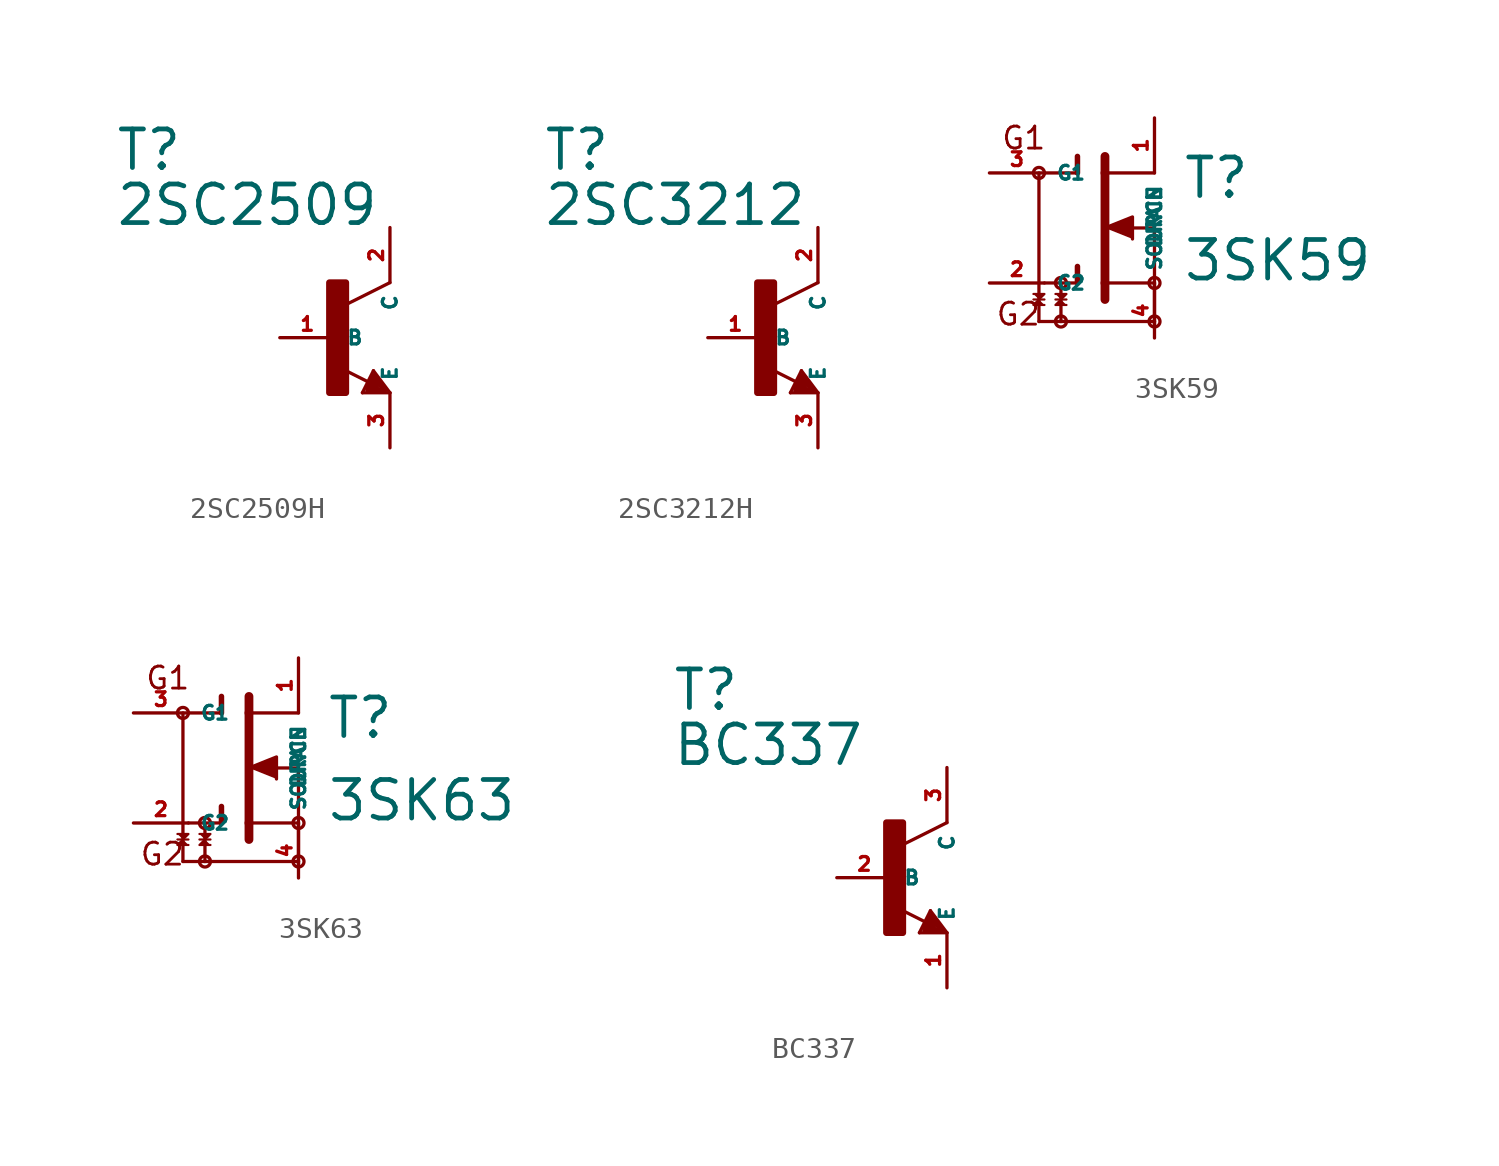
<source format=kicad_sym>
(kicad_symbol_lib
  (version 20220914)
  (generator Eagle2Kicad)
  (symbol "2SC2509H"
    (property "Reference" "T"
      (at -10.16 7.62 0)
      (effects (font (size 1.778 1.778) (thickness 0.22)) (justify left bottom)))
    (property "Value" "2SC2509"
      (at -10.16 5.08 0)
      (effects (font (size 1.778 1.778) (thickness 0.22)) (justify left bottom)))
    (polyline
      (pts (xy 2.54 2.54) (xy 0.508 1.524))
      (stroke (width 0.152) (type default))
      (fill (type none)))
    (polyline
      (pts (xy 1.778 -1.524) (xy 2.54 -2.54))
      (stroke (width 0.152) (type default))
      (fill (type none)))
    (polyline
      (pts (xy 2.54 -2.54) (xy 1.27 -2.54))
      (stroke (width 0.152) (type default))
      (fill (type none)))
    (polyline
      (pts (xy 1.27 -2.54) (xy 1.778 -1.524))
      (stroke (width 0.152) (type default))
      (fill (type none)))
    (polyline
      (pts (xy 1.54 -2.04) (xy 0.308 -1.424))
      (stroke (width 0.152) (type default))
      (fill (type none)))
    (polyline
      (pts (xy 1.524 -2.413) (xy 2.286 -2.413))
      (stroke (width 0.254) (type default))
      (fill (type none)))
    (polyline
      (pts (xy 2.286 -2.413) (xy 1.778 -1.778))
      (stroke (width 0.254) (type default))
      (fill (type none)))
    (polyline
      (pts (xy 1.778 -1.778) (xy 1.524 -2.286))
      (stroke (width 0.254) (type default))
      (fill (type none)))
    (polyline
      (pts (xy 1.524 -2.286) (xy 1.905 -2.286))
      (stroke (width 0.254) (type default))
      (fill (type none)))
    (polyline
      (pts (xy 1.905 -2.286) (xy 1.778 -2.032))
      (stroke (width 0.254) (type default))
      (fill (type none)))
    (rectangle
      (start -0.254 -2.54)
      (end 0.508 2.54)
      (stroke (width 0.3) (type default))
      (fill (type outline)))
    (pin passive line
      (at -2.54 0 0)
      (length 2.54)
      (name "B" (effects (font (size 0.635 0.635) (thickness 0.08)) (justify left bottom)))
      (number "1" (effects (font (size 0.635 0.635) (thickness 0.08)) (justify left bottom))))
    (pin passive line
      (at 2.54 -5.08 90)
      (length 2.54)
      (name "E" (effects (font (size 0.635 0.635) (thickness 0.08)) (justify left bottom)))
      (number "3" (effects (font (size 0.635 0.635) (thickness 0.08)) (justify left bottom))))
    (pin passive line
      (at 2.54 5.08 270)
      (length 2.54)
      (name "C" (effects (font (size 0.635 0.635) (thickness 0.08)) (justify left bottom)))
      (number "2" (effects (font (size 0.635 0.635) (thickness 0.08)) (justify left bottom)))))
  (symbol "2SC3212H"
    (property "Reference" "T"
      (at -10.16 7.62 0)
      (effects (font (size 1.778 1.778) (thickness 0.22)) (justify left bottom)))
    (property "Value" "2SC3212"
      (at -10.16 5.08 0)
      (effects (font (size 1.778 1.778) (thickness 0.22)) (justify left bottom)))
    (polyline
      (pts (xy 2.54 2.54) (xy 0.508 1.524))
      (stroke (width 0.152) (type default))
      (fill (type none)))
    (polyline
      (pts (xy 1.778 -1.524) (xy 2.54 -2.54))
      (stroke (width 0.152) (type default))
      (fill (type none)))
    (polyline
      (pts (xy 2.54 -2.54) (xy 1.27 -2.54))
      (stroke (width 0.152) (type default))
      (fill (type none)))
    (polyline
      (pts (xy 1.27 -2.54) (xy 1.778 -1.524))
      (stroke (width 0.152) (type default))
      (fill (type none)))
    (polyline
      (pts (xy 1.54 -2.04) (xy 0.308 -1.424))
      (stroke (width 0.152) (type default))
      (fill (type none)))
    (polyline
      (pts (xy 1.524 -2.413) (xy 2.286 -2.413))
      (stroke (width 0.254) (type default))
      (fill (type none)))
    (polyline
      (pts (xy 2.286 -2.413) (xy 1.778 -1.778))
      (stroke (width 0.254) (type default))
      (fill (type none)))
    (polyline
      (pts (xy 1.778 -1.778) (xy 1.524 -2.286))
      (stroke (width 0.254) (type default))
      (fill (type none)))
    (polyline
      (pts (xy 1.524 -2.286) (xy 1.905 -2.286))
      (stroke (width 0.254) (type default))
      (fill (type none)))
    (polyline
      (pts (xy 1.905 -2.286) (xy 1.778 -2.032))
      (stroke (width 0.254) (type default))
      (fill (type none)))
    (rectangle
      (start -0.254 -2.54)
      (end 0.508 2.54)
      (stroke (width 0.3) (type default))
      (fill (type outline)))
    (pin passive line
      (at -2.54 0 0)
      (length 2.54)
      (name "B" (effects (font (size 0.635 0.635) (thickness 0.08)) (justify left bottom)))
      (number "1" (effects (font (size 0.635 0.635) (thickness 0.08)) (justify left bottom))))
    (pin passive line
      (at 2.54 -5.08 90)
      (length 2.54)
      (name "E" (effects (font (size 0.635 0.635) (thickness 0.08)) (justify left bottom)))
      (number "3" (effects (font (size 0.635 0.635) (thickness 0.08)) (justify left bottom))))
    (pin passive line
      (at 2.54 5.08 270)
      (length 2.54)
      (name "C" (effects (font (size 0.635 0.635) (thickness 0.08)) (justify left bottom)))
      (number "2" (effects (font (size 0.635 0.635) (thickness 0.08)) (justify left bottom)))))
  (symbol "3SK59"
    (property "Reference" "T"
      (at 3.81 1.27 0)
      (effects (font (size 1.778 1.778) (thickness 0.22)) (justify left bottom)))
    (property "Value" "3SK59"
      (at 3.81 -2.54 0)
      (effects (font (size 1.778 1.778) (thickness 0.22)) (justify left bottom)))
    (polyline
      (pts (xy 0.254 0) (xy 1.524 0.508) (xy 1.524 -0.508))
      (stroke (width 0.152) (type default))
      (fill (type outline)))
    (polyline
      (pts (xy -2.032 -3.048) (xy -1.524 -3.048) (xy -1.778 -3.302))
      (stroke (width 0.102) (type default))
      (fill (type outline)))
    (polyline
      (pts (xy -1.524 -3.556) (xy -2.032 -3.556) (xy -1.778 -3.302))
      (stroke (width 0.102) (type default))
      (fill (type outline)))
    (polyline
      (pts (xy -3.048 -3.048) (xy -2.54 -3.048) (xy -2.794 -3.302))
      (stroke (width 0.102) (type default))
      (fill (type outline)))
    (polyline
      (pts (xy -2.54 -3.556) (xy -3.048 -3.556) (xy -2.794 -3.302))
      (stroke (width 0.102) (type default))
      (fill (type outline)))
    (polyline
      (pts (xy -1.016 2.54) (xy -1.016 3.302))
      (stroke (width 0.254) (type default))
      (fill (type none)))
    (polyline
      (pts (xy -1.016 -2.54) (xy -1.016 -1.778))
      (stroke (width 0.254) (type default))
      (fill (type none)))
    (polyline
      (pts (xy 0.254 3.302) (xy 0.254 2.54))
      (stroke (width 0.406) (type default))
      (fill (type none)))
    (polyline
      (pts (xy 0.254 2.54) (xy 0.254 -2.54))
      (stroke (width 0.406) (type default))
      (fill (type none)))
    (polyline
      (pts (xy 0.254 -2.54) (xy 0.254 -3.302))
      (stroke (width 0.406) (type default))
      (fill (type none)))
    (polyline
      (pts (xy 0.254 2.54) (xy 2.54 2.54))
      (stroke (width 0.152) (type default))
      (fill (type none)))
    (polyline
      (pts (xy 0.254 -2.54) (xy 2.54 -2.54))
      (stroke (width 0.152) (type default))
      (fill (type none)))
    (polyline
      (pts (xy 2.54 -2.54) (xy 2.54 -4.318))
      (stroke (width 0.152) (type default))
      (fill (type none)))
    (polyline
      (pts (xy 2.54 -4.318) (xy 2.54 -4.572))
      (stroke (width 0.152) (type default))
      (fill (type none)))
    (polyline
      (pts (xy 2.54 -2.54) (xy 2.54 0))
      (stroke (width 0.152) (type default))
      (fill (type none)))
    (polyline
      (pts (xy 2.54 0) (xy 0.508 0))
      (stroke (width 0.152) (type default))
      (fill (type none)))
    (polyline
      (pts (xy -2.54 2.54) (xy -1.016 2.54))
      (stroke (width 0.152) (type default))
      (fill (type none)))
    (polyline
      (pts (xy -2.54 -2.54) (xy -1.778 -2.54))
      (stroke (width 0.152) (type default))
      (fill (type none)))
    (polyline
      (pts (xy -1.778 -2.54) (xy -1.016 -2.54))
      (stroke (width 0.152) (type default))
      (fill (type none)))
    (polyline
      (pts (xy -1.778 -2.54) (xy -1.778 -4.318))
      (stroke (width 0.152) (type default))
      (fill (type none)))
    (polyline
      (pts (xy -1.778 -4.318) (xy 2.54 -4.318))
      (stroke (width 0.152) (type default))
      (fill (type none)))
    (polyline
      (pts (xy -2.032 -3.302) (xy -1.524 -3.302))
      (stroke (width 0.102) (type default))
      (fill (type none)))
    (polyline
      (pts (xy -2.794 2.54) (xy -2.794 -4.318))
      (stroke (width 0.152) (type default))
      (fill (type none)))
    (polyline
      (pts (xy -2.794 -4.318) (xy -1.778 -4.318))
      (stroke (width 0.152) (type default))
      (fill (type none)))
    (polyline
      (pts (xy -3.048 -3.302) (xy -2.54 -3.302))
      (stroke (width 0.102) (type default))
      (fill (type none)))
    (text "G1"
      (at -4.572 3.556 0)
      (effects (font (size 1.016 1.016) (thickness 0.13)) (justify left bottom)))
    (text "G2"
      (at -4.826 -4.572 0)
      (effects (font (size 1.016 1.016) (thickness 0.13)) (justify left bottom)))
    (circle
      (center -2.794 2.54)
      (radius 0.254)
      (stroke (width 0) (type default))
      (fill (type none)))
    (circle
      (center -1.778 -2.54)
      (radius 0.254)
      (stroke (width 0) (type default))
      (fill (type none)))
    (circle
      (center -1.778 -4.318)
      (radius 0.254)
      (stroke (width 0) (type default))
      (fill (type none)))
    (circle
      (center 2.54 -4.318)
      (radius 0.254)
      (stroke (width 0) (type default))
      (fill (type none)))
    (circle
      (center 2.54 -2.54)
      (radius 0.254)
      (stroke (width 0) (type default))
      (fill (type none)))
    (pin passive line
      (at -5.08 2.54 0)
      (length 2.54)
      (name "G1" (effects (font (size 0.635 0.635) (thickness 0.08)) (justify left bottom)))
      (number "3" (effects (font (size 0.635 0.635) (thickness 0.08)) (justify left bottom))))
    (pin passive line
      (at -5.08 -2.54 0)
      (length 2.54)
      (name "G2" (effects (font (size 0.635 0.635) (thickness 0.08)) (justify left bottom)))
      (number "2" (effects (font (size 0.635 0.635) (thickness 0.08)) (justify left bottom))))
    (pin passive line
      (at 2.54 5.08 270)
      (length 2.54)
      (name "DRAIN" (effects (font (size 0.635 0.635) (thickness 0.08)) (justify left bottom)))
      (number "1" (effects (font (size 0.635 0.635) (thickness 0.08)) (justify left bottom))))
    (pin passive line
      (at 2.54 -5.08 90)
      (length 2.54)
      (name "SOURCE" (effects (font (size 0.635 0.635) (thickness 0.08)) (justify left bottom)))
      (number "4" (effects (font (size 0.635 0.635) (thickness 0.08)) (justify left bottom)))))
  (symbol "3SK63"
    (property "Reference" "T"
      (at 3.81 1.27 0)
      (effects (font (size 1.778 1.778) (thickness 0.22)) (justify left bottom)))
    (property "Value" "3SK63"
      (at 3.81 -2.54 0)
      (effects (font (size 1.778 1.778) (thickness 0.22)) (justify left bottom)))
    (polyline
      (pts (xy 0.254 0) (xy 1.524 0.508) (xy 1.524 -0.508))
      (stroke (width 0.152) (type default))
      (fill (type outline)))
    (polyline
      (pts (xy -2.032 -3.048) (xy -1.524 -3.048) (xy -1.778 -3.302))
      (stroke (width 0.102) (type default))
      (fill (type outline)))
    (polyline
      (pts (xy -1.524 -3.556) (xy -2.032 -3.556) (xy -1.778 -3.302))
      (stroke (width 0.102) (type default))
      (fill (type outline)))
    (polyline
      (pts (xy -3.048 -3.048) (xy -2.54 -3.048) (xy -2.794 -3.302))
      (stroke (width 0.102) (type default))
      (fill (type outline)))
    (polyline
      (pts (xy -2.54 -3.556) (xy -3.048 -3.556) (xy -2.794 -3.302))
      (stroke (width 0.102) (type default))
      (fill (type outline)))
    (polyline
      (pts (xy -1.016 2.54) (xy -1.016 3.302))
      (stroke (width 0.254) (type default))
      (fill (type none)))
    (polyline
      (pts (xy -1.016 -2.54) (xy -1.016 -1.778))
      (stroke (width 0.254) (type default))
      (fill (type none)))
    (polyline
      (pts (xy 0.254 3.302) (xy 0.254 2.54))
      (stroke (width 0.406) (type default))
      (fill (type none)))
    (polyline
      (pts (xy 0.254 2.54) (xy 0.254 -2.54))
      (stroke (width 0.406) (type default))
      (fill (type none)))
    (polyline
      (pts (xy 0.254 -2.54) (xy 0.254 -3.302))
      (stroke (width 0.406) (type default))
      (fill (type none)))
    (polyline
      (pts (xy 0.254 2.54) (xy 2.54 2.54))
      (stroke (width 0.152) (type default))
      (fill (type none)))
    (polyline
      (pts (xy 0.254 -2.54) (xy 2.54 -2.54))
      (stroke (width 0.152) (type default))
      (fill (type none)))
    (polyline
      (pts (xy 2.54 -2.54) (xy 2.54 -4.318))
      (stroke (width 0.152) (type default))
      (fill (type none)))
    (polyline
      (pts (xy 2.54 -4.318) (xy 2.54 -4.572))
      (stroke (width 0.152) (type default))
      (fill (type none)))
    (polyline
      (pts (xy 2.54 -2.54) (xy 2.54 0))
      (stroke (width 0.152) (type default))
      (fill (type none)))
    (polyline
      (pts (xy 2.54 0) (xy 0.508 0))
      (stroke (width 0.152) (type default))
      (fill (type none)))
    (polyline
      (pts (xy -2.54 2.54) (xy -1.016 2.54))
      (stroke (width 0.152) (type default))
      (fill (type none)))
    (polyline
      (pts (xy -2.54 -2.54) (xy -1.778 -2.54))
      (stroke (width 0.152) (type default))
      (fill (type none)))
    (polyline
      (pts (xy -1.778 -2.54) (xy -1.016 -2.54))
      (stroke (width 0.152) (type default))
      (fill (type none)))
    (polyline
      (pts (xy -1.778 -2.54) (xy -1.778 -4.318))
      (stroke (width 0.152) (type default))
      (fill (type none)))
    (polyline
      (pts (xy -1.778 -4.318) (xy 2.54 -4.318))
      (stroke (width 0.152) (type default))
      (fill (type none)))
    (polyline
      (pts (xy -2.032 -3.302) (xy -1.524 -3.302))
      (stroke (width 0.102) (type default))
      (fill (type none)))
    (polyline
      (pts (xy -2.794 2.54) (xy -2.794 -4.318))
      (stroke (width 0.152) (type default))
      (fill (type none)))
    (polyline
      (pts (xy -2.794 -4.318) (xy -1.778 -4.318))
      (stroke (width 0.152) (type default))
      (fill (type none)))
    (polyline
      (pts (xy -3.048 -3.302) (xy -2.54 -3.302))
      (stroke (width 0.102) (type default))
      (fill (type none)))
    (text "G1"
      (at -4.572 3.556 0)
      (effects (font (size 1.016 1.016) (thickness 0.13)) (justify left bottom)))
    (text "G2"
      (at -4.826 -4.572 0)
      (effects (font (size 1.016 1.016) (thickness 0.13)) (justify left bottom)))
    (circle
      (center -2.794 2.54)
      (radius 0.254)
      (stroke (width 0) (type default))
      (fill (type none)))
    (circle
      (center -1.778 -2.54)
      (radius 0.254)
      (stroke (width 0) (type default))
      (fill (type none)))
    (circle
      (center -1.778 -4.318)
      (radius 0.254)
      (stroke (width 0) (type default))
      (fill (type none)))
    (circle
      (center 2.54 -4.318)
      (radius 0.254)
      (stroke (width 0) (type default))
      (fill (type none)))
    (circle
      (center 2.54 -2.54)
      (radius 0.254)
      (stroke (width 0) (type default))
      (fill (type none)))
    (pin passive line
      (at -5.08 2.54 0)
      (length 2.54)
      (name "G1" (effects (font (size 0.635 0.635) (thickness 0.08)) (justify left bottom)))
      (number "3" (effects (font (size 0.635 0.635) (thickness 0.08)) (justify left bottom))))
    (pin passive line
      (at -5.08 -2.54 0)
      (length 2.54)
      (name "G2" (effects (font (size 0.635 0.635) (thickness 0.08)) (justify left bottom)))
      (number "2" (effects (font (size 0.635 0.635) (thickness 0.08)) (justify left bottom))))
    (pin passive line
      (at 2.54 5.08 270)
      (length 2.54)
      (name "DRAIN" (effects (font (size 0.635 0.635) (thickness 0.08)) (justify left bottom)))
      (number "1" (effects (font (size 0.635 0.635) (thickness 0.08)) (justify left bottom))))
    (pin passive line
      (at 2.54 -5.08 90)
      (length 2.54)
      (name "SOURCE" (effects (font (size 0.635 0.635) (thickness 0.08)) (justify left bottom)))
      (number "4" (effects (font (size 0.635 0.635) (thickness 0.08)) (justify left bottom)))))
  (symbol "BC337"
    (property "Reference" "T"
      (at -10.16 7.62 0)
      (effects (font (size 1.778 1.778) (thickness 0.22)) (justify left bottom)))
    (property "Value" "BC337"
      (at -10.16 5.08 0)
      (effects (font (size 1.778 1.778) (thickness 0.22)) (justify left bottom)))
    (polyline
      (pts (xy 2.54 2.54) (xy 0.508 1.524))
      (stroke (width 0.152) (type default))
      (fill (type none)))
    (polyline
      (pts (xy 1.778 -1.524) (xy 2.54 -2.54))
      (stroke (width 0.152) (type default))
      (fill (type none)))
    (polyline
      (pts (xy 2.54 -2.54) (xy 1.27 -2.54))
      (stroke (width 0.152) (type default))
      (fill (type none)))
    (polyline
      (pts (xy 1.27 -2.54) (xy 1.778 -1.524))
      (stroke (width 0.152) (type default))
      (fill (type none)))
    (polyline
      (pts (xy 1.54 -2.04) (xy 0.308 -1.424))
      (stroke (width 0.152) (type default))
      (fill (type none)))
    (polyline
      (pts (xy 1.524 -2.413) (xy 2.286 -2.413))
      (stroke (width 0.254) (type default))
      (fill (type none)))
    (polyline
      (pts (xy 2.286 -2.413) (xy 1.778 -1.778))
      (stroke (width 0.254) (type default))
      (fill (type none)))
    (polyline
      (pts (xy 1.778 -1.778) (xy 1.524 -2.286))
      (stroke (width 0.254) (type default))
      (fill (type none)))
    (polyline
      (pts (xy 1.524 -2.286) (xy 1.905 -2.286))
      (stroke (width 0.254) (type default))
      (fill (type none)))
    (polyline
      (pts (xy 1.905 -2.286) (xy 1.778 -2.032))
      (stroke (width 0.254) (type default))
      (fill (type none)))
    (rectangle
      (start -0.254 -2.54)
      (end 0.508 2.54)
      (stroke (width 0.3) (type default))
      (fill (type outline)))
    (pin passive line
      (at -2.54 0 0)
      (length 2.54)
      (name "B" (effects (font (size 0.635 0.635) (thickness 0.08)) (justify left bottom)))
      (number "2" (effects (font (size 0.635 0.635) (thickness 0.08)) (justify left bottom))))
    (pin passive line
      (at 2.54 -5.08 90)
      (length 2.54)
      (name "E" (effects (font (size 0.635 0.635) (thickness 0.08)) (justify left bottom)))
      (number "1" (effects (font (size 0.635 0.635) (thickness 0.08)) (justify left bottom))))
    (pin passive line
      (at 2.54 5.08 270)
      (length 2.54)
      (name "C" (effects (font (size 0.635 0.635) (thickness 0.08)) (justify left bottom)))
      (number "3" (effects (font (size 0.635 0.635) (thickness 0.08)) (justify left bottom))))))
</source>
